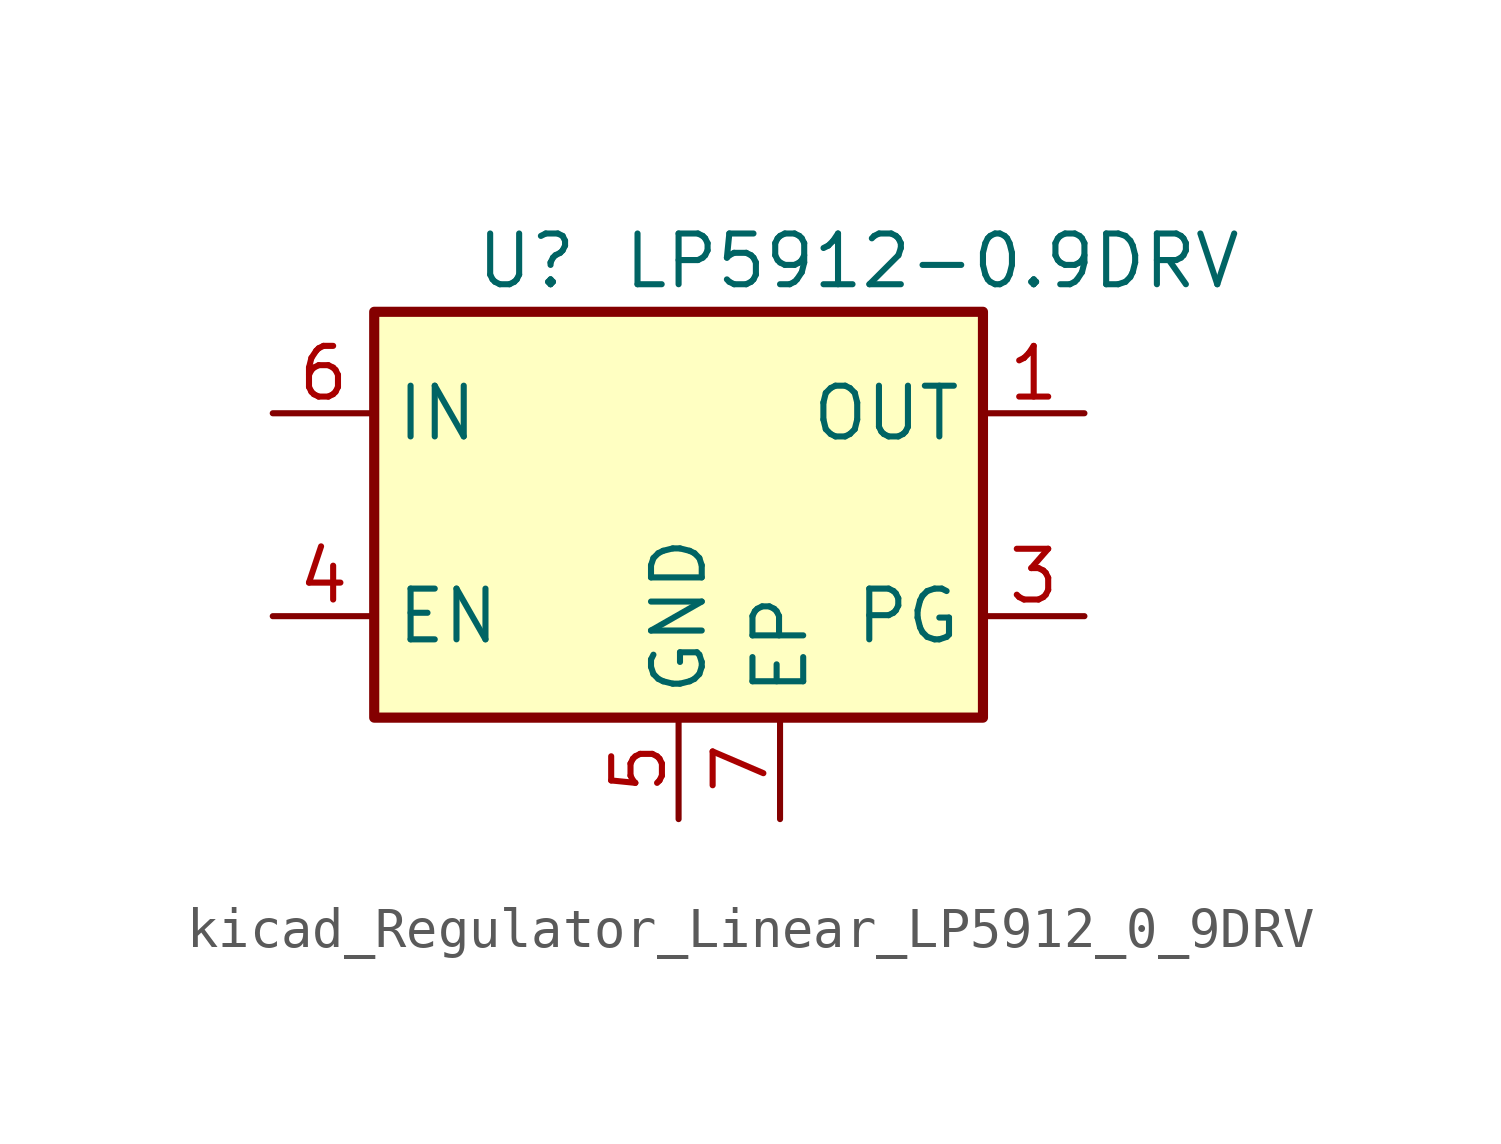
<source format=kicad_sym>
(kicad_symbol_lib
  (version 20220914)
  (generator kicad_symbol_editor)
  (symbol "kicad_Regulator_Linear_LP5912_0_9DRV"
    (property "Reference" "U"
      (at -3.81 6.35 0)
      (effects (font (size 1.27 1.27))))
    (property "Value" "LP5912-0.9DRV"
      (at 6.35 6.35 0)
      (effects (font (size 1.27 1.27))))
    (symbol "kicad_Regulator_Linear_LP5912_0_9DRV_0_1"
      (rectangle (start -7.62 -5.08) (end 7.62 5.08) (stroke (width 0.254) (type default)) (fill (type background)))
      (pin power_out line (at 10.16 2.54 180) (length 2.54) (name "OUT" (effects (font (size 1.27 1.27)))) (number "1" (effects (font (size 1.27 1.27)))))
      (pin no_connect line (at 7.62 0 180) (length 2.54) hide (name "NC" (effects (font (size 1.27 1.27)))) (number "2" (effects (font (size 1.27 1.27)))))
      (pin input line (at -10.16 -2.54 0) (length 2.54) (name "EN" (effects (font (size 1.27 1.27)))) (number "4" (effects (font (size 1.27 1.27)))))
      (pin power_in line (at 0 -7.62 90) (length 2.54) (name "GND" (effects (font (size 1.27 1.27)))) (number "5" (effects (font (size 1.27 1.27)))))
      (pin power_in line (at -10.16 2.54 0) (length 2.54) (name "IN" (effects (font (size 1.27 1.27)))) (number "6" (effects (font (size 1.27 1.27))))))
    (symbol "kicad_Regulator_Linear_LP5912_0_9DRV_1_1"
      (pin open_collector line (at 10.16 -2.54 180) (length 2.54) (name "PG" (effects (font (size 1.27 1.27)))) (number "3" (effects (font (size 1.27 1.27)))))
      (pin passive line (at 2.54 -7.62 90) (length 2.54) (name "EP" (effects (font (size 1.27 1.27)))) (number "7" (effects (font (size 1.27 1.27))))))))
</source>
